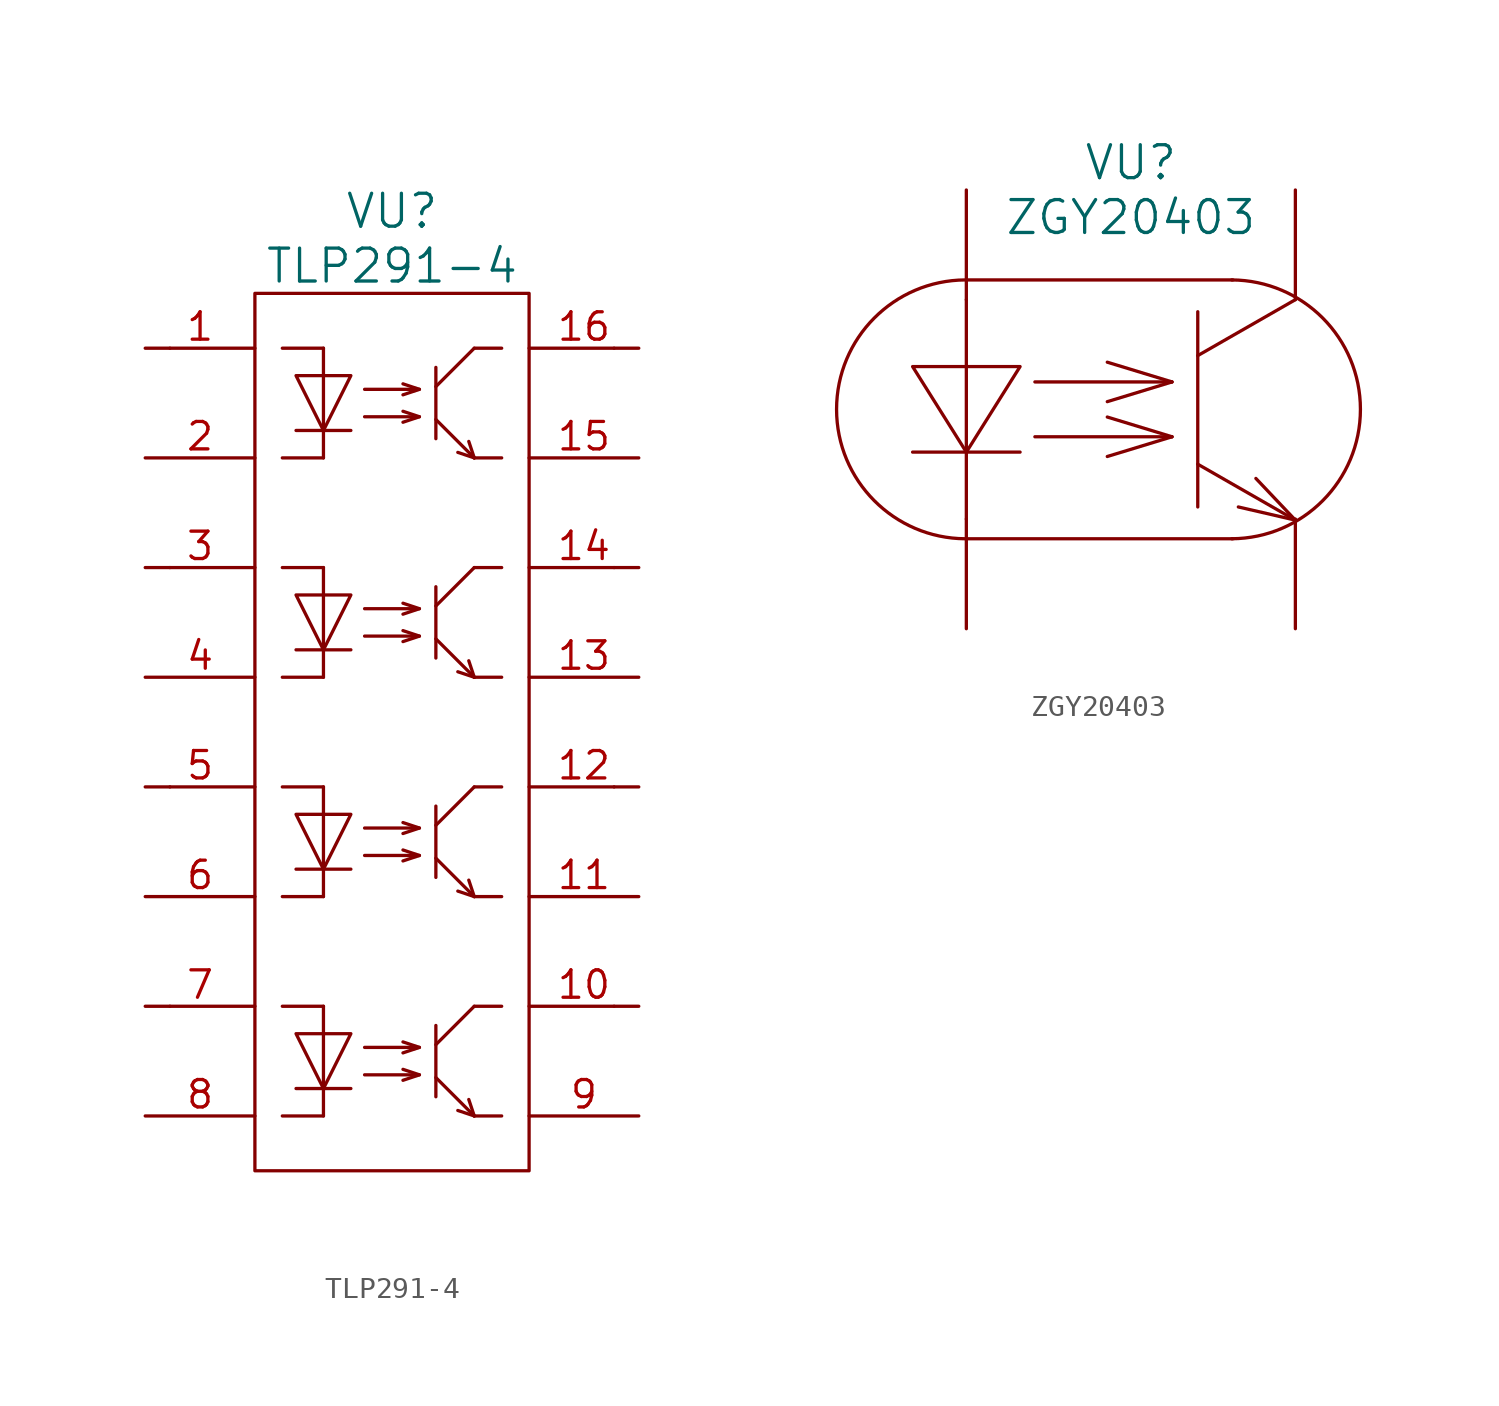
<source format=kicad_sym>
(kicad_symbol_lib
  (version 20220914)
  (generator kicad_symbol_editor)
  (symbol "TLP291-4"
    (pin_names
      (offset 1.016) hide)
    (property "Reference" "VU"
      (at 0 24.13 0)
      (effects (font (size 1.524 1.524))))
    (property "Value" "TLP291-4"
      (at 0 21.59 0)
      (effects (font (size 1.524 1.524))))
    (property "Datasheet" ""
      (at -10.16 17.78 0)
      (effects (font (size 1.524 1.524))))
    (symbol "TLP291-4_0_1"
      (rectangle (start -6.35 20.32) (end 6.35 -20.32) (stroke (width 0) (type solid)) (fill (type none)))
      (polyline (pts (xy -10.287 -12.7) (xy -10.287 -12.7)) (stroke (width 0) (type solid)) (fill (type none)))
      (polyline (pts (xy -10.287 -2.54) (xy -10.287 -2.54)) (stroke (width 0) (type solid)) (fill (type none)))
      (polyline (pts (xy -10.287 7.62) (xy -10.287 7.62)) (stroke (width 0) (type solid)) (fill (type none)))
      (polyline (pts (xy -10.287 17.78) (xy -10.287 17.78)) (stroke (width 0) (type solid)) (fill (type none)))
      (polyline (pts (xy -5.08 -12.7) (xy -3.175 -12.7)) (stroke (width 0) (type solid)) (fill (type none)))
      (polyline (pts (xy -5.08 -2.54) (xy -3.175 -2.54)) (stroke (width 0) (type solid)) (fill (type none)))
      (polyline (pts (xy -5.08 7.62) (xy -3.175 7.62)) (stroke (width 0) (type solid)) (fill (type none)))
      (polyline (pts (xy -5.08 17.78) (xy -3.175 17.78)) (stroke (width 0) (type solid)) (fill (type none)))
      (polyline (pts (xy -3.175 -17.78) (xy -5.08 -17.78)) (stroke (width 0) (type solid)) (fill (type none)))
      (polyline (pts (xy -3.175 -17.78) (xy -3.175 -12.7)) (stroke (width 0) (type solid)) (fill (type none)))
      (polyline (pts (xy -3.175 -7.62) (xy -5.08 -7.62)) (stroke (width 0) (type solid)) (fill (type none)))
      (polyline (pts (xy -3.175 -7.62) (xy -3.175 -2.54)) (stroke (width 0) (type solid)) (fill (type none)))
      (polyline (pts (xy -3.175 2.54) (xy -5.08 2.54)) (stroke (width 0) (type solid)) (fill (type none)))
      (polyline (pts (xy -3.175 2.54) (xy -3.175 7.62)) (stroke (width 0) (type solid)) (fill (type none)))
      (polyline (pts (xy -3.175 12.7) (xy -5.08 12.7)) (stroke (width 0) (type solid)) (fill (type none)))
      (polyline (pts (xy -3.175 12.7) (xy -3.175 17.78)) (stroke (width 0) (type solid)) (fill (type none)))
      (polyline (pts (xy 2.032 -16.891) (xy 2.032 -13.589)) (stroke (width 0) (type solid)) (fill (type none)))
      (polyline (pts (xy 2.032 -16.002) (xy 3.81 -17.78)) (stroke (width 0) (type solid)) (fill (type none)))
      (polyline (pts (xy 2.032 -14.478) (xy 3.81 -12.7)) (stroke (width 0) (type solid)) (fill (type none)))
      (polyline (pts (xy 2.032 -6.731) (xy 2.032 -3.429)) (stroke (width 0) (type solid)) (fill (type none)))
      (polyline (pts (xy 2.032 -5.842) (xy 3.81 -7.62)) (stroke (width 0) (type solid)) (fill (type none)))
      (polyline (pts (xy 2.032 -4.318) (xy 3.81 -2.54)) (stroke (width 0) (type solid)) (fill (type none)))
      (polyline (pts (xy 2.032 3.429) (xy 2.032 6.731)) (stroke (width 0) (type solid)) (fill (type none)))
      (polyline (pts (xy 2.032 4.318) (xy 3.81 2.54)) (stroke (width 0) (type solid)) (fill (type none)))
      (polyline (pts (xy 2.032 5.842) (xy 3.81 7.62)) (stroke (width 0) (type solid)) (fill (type none)))
      (polyline (pts (xy 2.032 13.589) (xy 2.032 16.891)) (stroke (width 0) (type solid)) (fill (type none)))
      (polyline (pts (xy 2.032 14.478) (xy 3.81 12.7)) (stroke (width 0) (type solid)) (fill (type none)))
      (polyline (pts (xy 2.032 16.002) (xy 3.81 17.78)) (stroke (width 0) (type solid)) (fill (type none)))
      (polyline (pts (xy 3.81 -17.78) (xy 3.048 -17.526)) (stroke (width 0) (type solid)) (fill (type none)))
      (polyline (pts (xy 3.81 -17.78) (xy 3.556 -17.018)) (stroke (width 0) (type solid)) (fill (type none)))
      (polyline (pts (xy 3.81 -7.62) (xy 3.048 -7.366)) (stroke (width 0) (type solid)) (fill (type none)))
      (polyline (pts (xy 3.81 -7.62) (xy 3.556 -6.858)) (stroke (width 0) (type solid)) (fill (type none)))
      (polyline (pts (xy 3.81 2.54) (xy 3.048 2.794)) (stroke (width 0) (type solid)) (fill (type none)))
      (polyline (pts (xy 3.81 2.54) (xy 3.556 3.302)) (stroke (width 0) (type solid)) (fill (type none)))
      (polyline (pts (xy 3.81 12.7) (xy 3.048 12.954)) (stroke (width 0) (type solid)) (fill (type none)))
      (polyline (pts (xy 3.81 12.7) (xy 3.556 13.462)) (stroke (width 0) (type solid)) (fill (type none)))
      (polyline (pts (xy 5.08 -17.78) (xy 3.81 -17.78)) (stroke (width 0) (type solid)) (fill (type none)))
      (polyline (pts (xy 5.08 -12.7) (xy 3.81 -12.7)) (stroke (width 0) (type solid)) (fill (type none)))
      (polyline (pts (xy 5.08 -7.62) (xy 3.81 -7.62)) (stroke (width 0) (type solid)) (fill (type none)))
      (polyline (pts (xy 5.08 -2.54) (xy 3.81 -2.54)) (stroke (width 0) (type solid)) (fill (type none)))
      (polyline (pts (xy 5.08 2.54) (xy 3.81 2.54)) (stroke (width 0) (type solid)) (fill (type none)))
      (polyline (pts (xy 5.08 7.62) (xy 3.81 7.62)) (stroke (width 0) (type solid)) (fill (type none)))
      (polyline (pts (xy 5.08 12.7) (xy 3.81 12.7)) (stroke (width 0) (type solid)) (fill (type none)))
      (polyline (pts (xy 5.08 17.78) (xy 3.81 17.78)) (stroke (width 0) (type solid)) (fill (type none)))
      (polyline (pts (xy 10.287 -12.7) (xy 10.287 -12.7)) (stroke (width 0) (type solid)) (fill (type none)))
      (polyline (pts (xy 10.287 -2.54) (xy 10.287 -2.54)) (stroke (width 0) (type solid)) (fill (type none)))
      (polyline (pts (xy 10.287 7.62) (xy 10.287 7.62)) (stroke (width 0) (type solid)) (fill (type none)))
      (polyline (pts (xy 10.287 17.78) (xy 10.287 17.78)) (stroke (width 0) (type solid)) (fill (type none))))
    (symbol "TLP291-4_1_1"
      (polyline (pts (xy -4.445 -16.51) (xy -1.905 -16.51)) (stroke (width 0) (type solid)) (fill (type none)))
      (polyline (pts (xy -4.445 -6.35) (xy -1.905 -6.35)) (stroke (width 0) (type solid)) (fill (type none)))
      (polyline (pts (xy -4.445 3.81) (xy -1.905 3.81)) (stroke (width 0) (type solid)) (fill (type none)))
      (polyline (pts (xy -4.445 13.97) (xy -1.905 13.97)) (stroke (width 0) (type solid)) (fill (type none)))
      (polyline (pts (xy 1.27 -15.875) (xy -1.27 -15.875)) (stroke (width 0) (type solid)) (fill (type none)))
      (polyline (pts (xy 1.27 -14.605) (xy -1.27 -14.605)) (stroke (width 0) (type solid)) (fill (type none)))
      (polyline (pts (xy 1.27 -5.715) (xy -1.27 -5.715)) (stroke (width 0) (type solid)) (fill (type none)))
      (polyline (pts (xy 1.27 -4.445) (xy -1.27 -4.445)) (stroke (width 0) (type solid)) (fill (type none)))
      (polyline (pts (xy 1.27 4.445) (xy -1.27 4.445)) (stroke (width 0) (type solid)) (fill (type none)))
      (polyline (pts (xy 1.27 5.715) (xy -1.27 5.715)) (stroke (width 0) (type solid)) (fill (type none)))
      (polyline (pts (xy 1.27 14.605) (xy -1.27 14.605)) (stroke (width 0) (type solid)) (fill (type none)))
      (polyline (pts (xy 1.27 15.875) (xy -1.27 15.875)) (stroke (width 0) (type solid)) (fill (type none)))
      (polyline (pts (xy 0.508 -15.621) (xy 1.27 -15.875) (xy 0.508 -16.129)) (stroke (width 0) (type solid)) (fill (type none)))
      (polyline (pts (xy 0.508 -14.351) (xy 1.27 -14.605) (xy 0.508 -14.859)) (stroke (width 0) (type solid)) (fill (type none)))
      (polyline (pts (xy 0.508 -5.461) (xy 1.27 -5.715) (xy 0.508 -5.969)) (stroke (width 0) (type solid)) (fill (type none)))
      (polyline (pts (xy 0.508 -4.191) (xy 1.27 -4.445) (xy 0.508 -4.699)) (stroke (width 0) (type solid)) (fill (type none)))
      (polyline (pts (xy 0.508 4.699) (xy 1.27 4.445) (xy 0.508 4.191)) (stroke (width 0) (type solid)) (fill (type none)))
      (polyline (pts (xy 0.508 5.969) (xy 1.27 5.715) (xy 0.508 5.461)) (stroke (width 0) (type solid)) (fill (type none)))
      (polyline (pts (xy 0.508 14.859) (xy 1.27 14.605) (xy 0.508 14.351)) (stroke (width 0) (type solid)) (fill (type none)))
      (polyline (pts (xy 0.508 16.129) (xy 1.27 15.875) (xy 0.508 15.621)) (stroke (width 0) (type solid)) (fill (type none)))
      (polyline (pts (xy -4.445 -13.97) (xy -1.905 -13.97) (xy -3.175 -16.51) (xy -4.445 -13.97)) (stroke (width 0) (type solid)) (fill (type none)))
      (polyline (pts (xy -4.445 -3.81) (xy -1.905 -3.81) (xy -3.175 -6.35) (xy -4.445 -3.81)) (stroke (width 0) (type solid)) (fill (type none)))
      (polyline (pts (xy -4.445 6.35) (xy -1.905 6.35) (xy -3.175 3.81) (xy -4.445 6.35)) (stroke (width 0) (type solid)) (fill (type none)))
      (polyline (pts (xy -4.445 16.51) (xy -1.905 16.51) (xy -3.175 13.97) (xy -4.445 16.51)) (stroke (width 0) (type solid)) (fill (type none)))
      (pin passive line (at -11.43 17.78 0) (length 5.08) (name "A1" (effects (font (size 1.27 1.27)))) (number "1" (effects (font (size 1.27 1.27)))))
      (pin passive line (at 11.43 -12.7 180) (length 5.08) (name "C4" (effects (font (size 1.27 1.27)))) (number "10" (effects (font (size 1.27 1.27)))))
      (pin passive line (at 11.43 -7.62 180) (length 5.08) (name "E3" (effects (font (size 1.27 1.27)))) (number "11" (effects (font (size 1.27 1.27)))))
      (pin passive line (at 11.43 -2.54 180) (length 5.08) (name "C3" (effects (font (size 1.27 1.27)))) (number "12" (effects (font (size 1.27 1.27)))))
      (pin passive line (at 11.43 2.54 180) (length 5.08) (name "E2" (effects (font (size 1.27 1.27)))) (number "13" (effects (font (size 1.27 1.27)))))
      (pin passive line (at 11.43 7.62 180) (length 5.08) (name "C2" (effects (font (size 1.27 1.27)))) (number "14" (effects (font (size 1.27 1.27)))))
      (pin passive line (at 11.43 12.7 180) (length 5.08) (name "E1" (effects (font (size 1.27 1.27)))) (number "15" (effects (font (size 1.27 1.27)))))
      (pin passive line (at 11.43 17.78 180) (length 5.08) (name "C1" (effects (font (size 1.27 1.27)))) (number "16" (effects (font (size 1.27 1.27)))))
      (pin passive line (at -11.43 12.7 0) (length 5.08) (name "C1" (effects (font (size 1.27 1.27)))) (number "2" (effects (font (size 1.27 1.27)))))
      (pin passive line (at -11.43 7.62 0) (length 5.08) (name "A2" (effects (font (size 1.27 1.27)))) (number "3" (effects (font (size 1.27 1.27)))))
      (pin passive line (at -11.43 2.54 0) (length 5.08) (name "C2" (effects (font (size 1.27 1.27)))) (number "4" (effects (font (size 1.27 1.27)))))
      (pin passive line (at -11.43 -2.54 0) (length 5.08) (name "A3" (effects (font (size 1.27 1.27)))) (number "5" (effects (font (size 1.27 1.27)))))
      (pin passive line (at -11.43 -7.62 0) (length 5.08) (name "C3" (effects (font (size 1.27 1.27)))) (number "6" (effects (font (size 1.27 1.27)))))
      (pin passive line (at -11.43 -12.7 0) (length 5.08) (name "A4" (effects (font (size 1.27 1.27)))) (number "7" (effects (font (size 1.27 1.27)))))
      (pin passive line (at -11.43 -17.78 0) (length 5.08) (name "C4" (effects (font (size 1.27 1.27)))) (number "8" (effects (font (size 1.27 1.27)))))
      (pin passive line (at 11.43 -17.78 180) (length 5.08) (name "E4" (effects (font (size 1.27 1.27)))) (number "9" (effects (font (size 1.27 1.27)))))))
  (symbol "ZGY20403"
    (pin_numbers hide)
    (pin_names
      (offset 1.016) hide)
    (property "Reference" "VU"
      (at 0 11.43 0)
      (effects (font (size 1.524 1.524))))
    (property "Value" "ZGY20403"
      (at 0 8.89 0)
      (effects (font (size 1.524 1.524))))
    (property "Datasheet" ""
      (at 4.572 0 0)
      (effects (font (size 1.524 1.524))))
    (symbol "ZGY20403_0_1"
      (arc (start -7.6708 5.9944) (mid -13.6399 0) (end -7.6708 -5.9944) (stroke (width 0) (type solid)) (fill (type none)))
      (polyline (pts (xy -10.109 -1.981) (xy -5.131 -1.981)) (stroke (width 0) (type solid)) (fill (type none)))
      (polyline (pts (xy -7.62 -5.08) (xy -7.62 5.08)) (stroke (width 0) (type solid)) (fill (type none)))
      (polyline (pts (xy -4.445 -1.27) (xy 1.905 -1.27)) (stroke (width 0) (type solid)) (fill (type none)))
      (polyline (pts (xy -4.445 1.27) (xy 1.905 1.27)) (stroke (width 0) (type solid)) (fill (type none)))
      (polyline (pts (xy 1.905 -1.27) (xy -1.092 -2.184)) (stroke (width 0) (type solid)) (fill (type none)))
      (polyline (pts (xy 1.905 -1.27) (xy -1.092 -0.356)) (stroke (width 0) (type solid)) (fill (type none)))
      (polyline (pts (xy 1.905 1.27) (xy -1.092 0.356)) (stroke (width 0) (type solid)) (fill (type none)))
      (polyline (pts (xy 1.905 1.27) (xy -1.092 2.184)) (stroke (width 0) (type solid)) (fill (type none)))
      (polyline (pts (xy 3.099 4.521) (xy 3.099 -4.521)) (stroke (width 0) (type solid)) (fill (type none)))
      (polyline (pts (xy 4.724 -5.994) (xy -7.62 -5.994)) (stroke (width 0) (type solid)) (fill (type none)))
      (polyline (pts (xy 4.724 5.994) (xy -7.62 5.994)) (stroke (width 0) (type solid)) (fill (type none)))
      (polyline (pts (xy 7.62 -5.131) (xy 3.099 -2.54)) (stroke (width 0) (type solid)) (fill (type none)))
      (polyline (pts (xy 7.62 -5.131) (xy 4.978 -4.521)) (stroke (width 0) (type solid)) (fill (type none)))
      (polyline (pts (xy 7.62 -5.131) (xy 5.791 -3.2)) (stroke (width 0) (type solid)) (fill (type none)))
      (polyline (pts (xy 7.62 5.08) (xy 3.099 2.489)) (stroke (width 0) (type solid)) (fill (type none)))
      (polyline (pts (xy -10.109 1.981) (xy -7.518 1.981) (xy -5.131 1.981) (xy -7.62 -1.981) (xy -10.109 1.981)) (stroke (width 0) (type solid)) (fill (type none)))
      (arc (start 4.6736 -5.9944) (mid 10.6427 0) (end 4.6736 5.9944) (stroke (width 0) (type solid)) (fill (type none))))
    (symbol "ZGY20403_1_1"
      (pin passive line (at -7.62 -10.16 90) (length 5.08) (name "C" (effects (font (size 1.27 1.27)))) (number "1" (effects (font (size 1.27 1.27)))))
      (pin passive line (at -7.62 10.16 270) (length 5.08) (name "A" (effects (font (size 1.27 1.27)))) (number "2" (effects (font (size 1.27 1.27)))))
      (pin open_collector line (at 7.62 10.16 270) (length 5.08) (name "C" (effects (font (size 1.27 1.27)))) (number "3" (effects (font (size 1.27 1.27)))))
      (pin passive line (at 7.62 -10.16 90) (length 5.08) (name "E" (effects (font (size 1.27 1.27)))) (number "4" (effects (font (size 1.27 1.27))))))))
</source>
